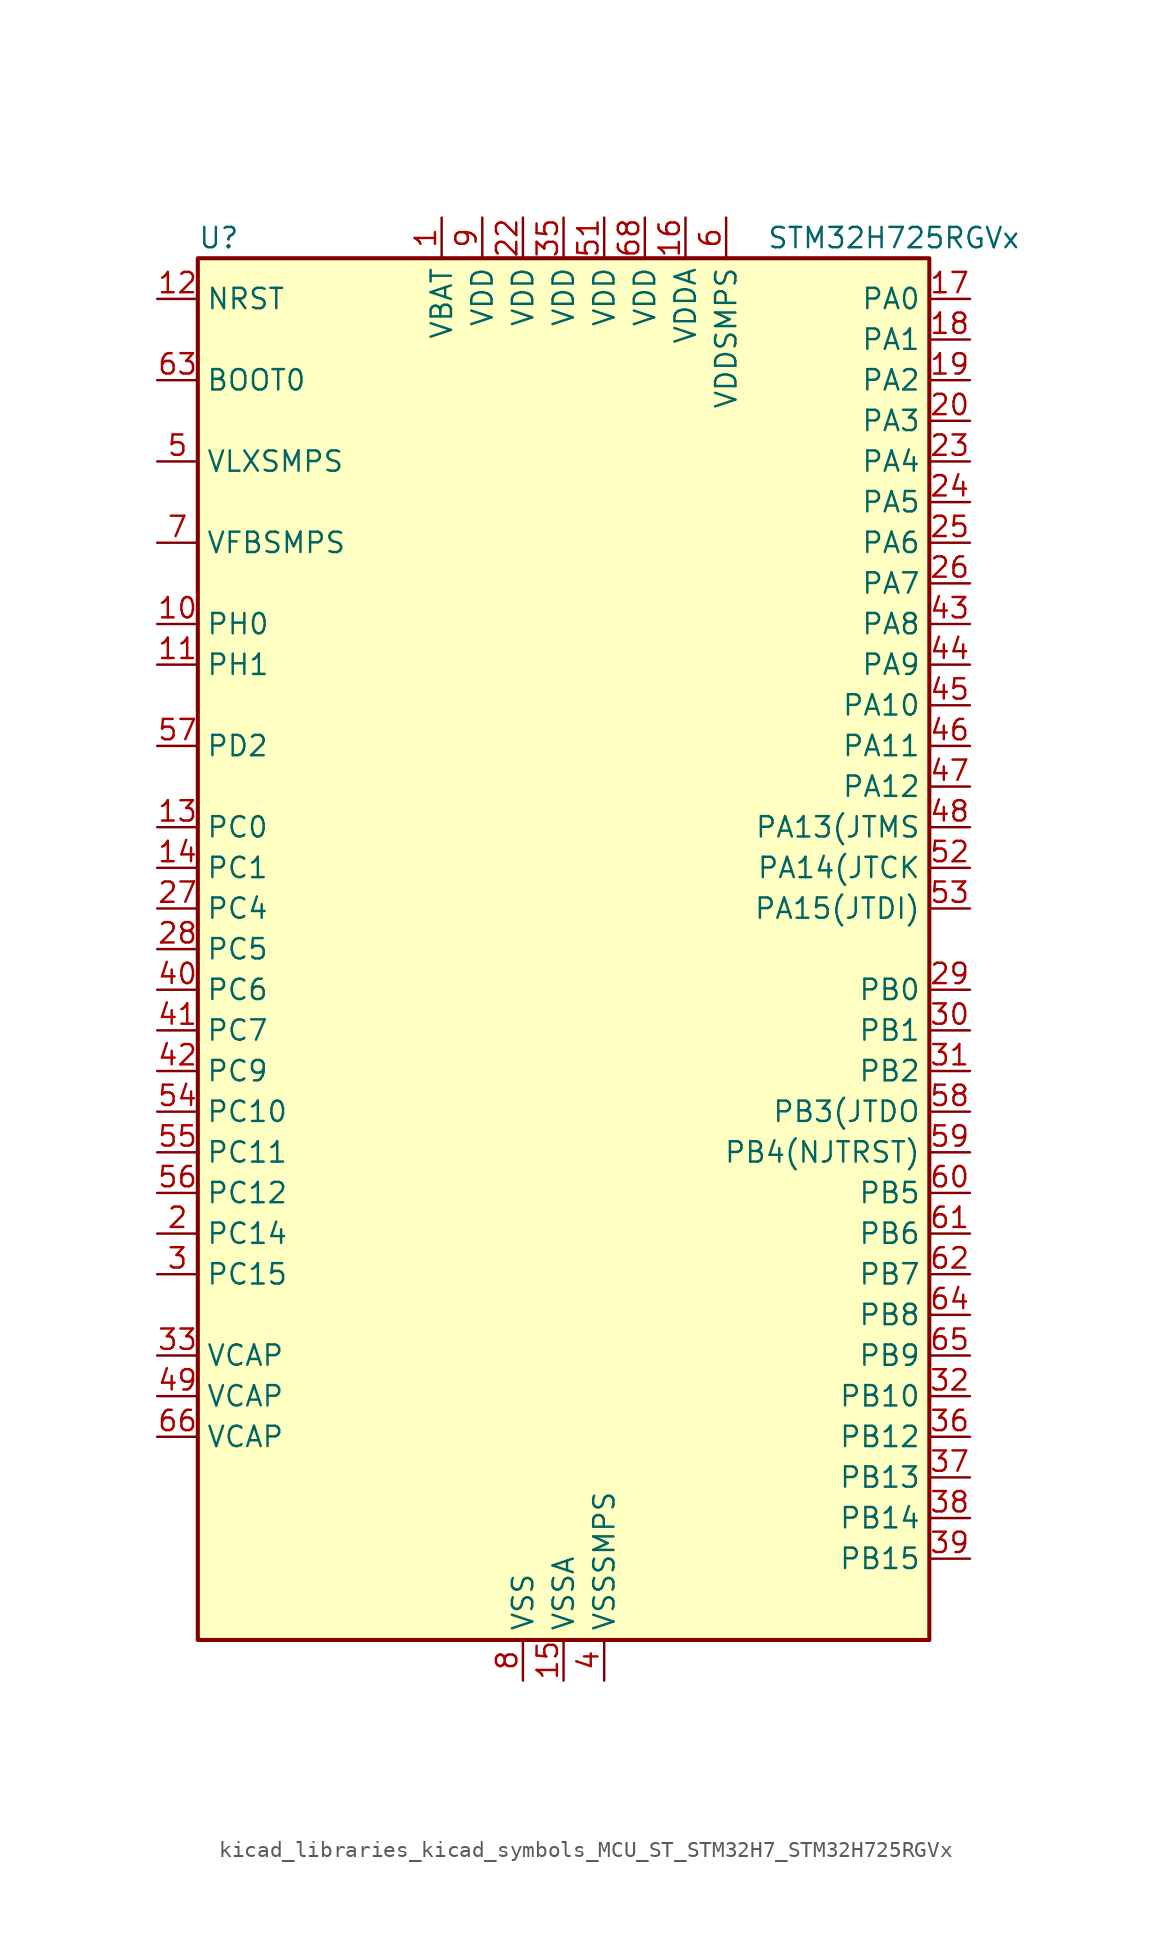
<source format=kicad_sym>
(kicad_symbol_lib
  (version 20220914)
  (generator kicad_symbol_editor)
  (symbol "kicad_libraries_kicad_symbols_MCU_ST_STM32H7_STM32H725RGVx"
    (property "Reference" "U"
      (at -22.86 44.45 0)
      (effects (font (size 1.27 1.27)) (justify left)))
    (property "Value" "STM32H725RGVx"
      (at 12.7 44.45 0)
      (effects (font (size 1.27 1.27)) (justify left)))
    (property "ki_locked" ""
      (at 0 0 0)
      (effects (font (size 1.27 1.27))))
    (symbol "kicad_libraries_kicad_symbols_MCU_ST_STM32H7_STM32H725RGVx_0_1"
      (rectangle (start -22.86 -43.18) (end 22.86 43.18) (stroke (width 0.254) (type default)) (fill (type background))))
    (symbol "kicad_libraries_kicad_symbols_MCU_ST_STM32H7_STM32H725RGVx_1_1"
      (pin power_in line (at -7.62 45.72 270) (length 2.54) (name "VBAT" (effects (font (size 1.27 1.27)))) (number "1" (effects (font (size 1.27 1.27)))))
      (pin bidirectional line (at -25.4 20.32 0) (length 2.54) (name "PH0" (effects (font (size 1.27 1.27)))) (number "10" (effects (font (size 1.27 1.27)))) (alternate "RCC_OSC_IN" bidirectional line))
      (pin bidirectional line (at -25.4 17.78 0) (length 2.54) (name "PH1" (effects (font (size 1.27 1.27)))) (number "11" (effects (font (size 1.27 1.27)))) (alternate "RCC_OSC_OUT" bidirectional line))
      (pin input line (at -25.4 40.64 0) (length 2.54) (name "NRST" (effects (font (size 1.27 1.27)))) (number "12" (effects (font (size 1.27 1.27)))))
      (pin bidirectional line (at -25.4 7.62 0) (length 2.54) (name "PC0" (effects (font (size 1.27 1.27)))) (number "13" (effects (font (size 1.27 1.27)))) (alternate "ADC1_INP10" bidirectional line) (alternate "ADC2_INP10" bidirectional line) (alternate "ADC3_INP10" bidirectional line) (alternate "DFSDM1_CKIN0" bidirectional line) (alternate "DFSDM1_DATIN4" bidirectional line) (alternate "LTDC_G2" bidirectional line) (alternate "LTDC_R5" bidirectional line) (alternate "SAI4_FS_B" bidirectional line) (alternate "USB_OTG_HS_ULPI_STP" bidirectional line))
      (pin bidirectional line (at -25.4 5.08 0) (length 2.54) (name "PC1" (effects (font (size 1.27 1.27)))) (number "14" (effects (font (size 1.27 1.27)))) (alternate "ADC1_INN10" bidirectional line) (alternate "ADC1_INP11" bidirectional line) (alternate "ADC2_INN10" bidirectional line) (alternate "ADC2_INP11" bidirectional line) (alternate "ADC3_INN10" bidirectional line) (alternate "ADC3_INP11" bidirectional line) (alternate "DEBUG_TRACED0" bidirectional line) (alternate "DFSDM1_CKIN4" bidirectional line) (alternate "DFSDM1_DATIN0" bidirectional line) (alternate "I2S2_SDO" bidirectional line) (alternate "LTDC_G5" bidirectional line) (alternate "MDIOS_MDC" bidirectional line) (alternate "OCTOSPIM_P1_IO4" bidirectional line) (alternate "PWR_WKUP6" bidirectional line) (alternate "RTC_TAMP3" bidirectional line) (alternate "SAI4_D1" bidirectional line) (alternate "SAI4_SD_A" bidirectional line) (alternate "SDMMC2_CK" bidirectional line) (alternate "SPI2_MOSI" bidirectional line))
      (pin power_in line (at 0 -45.72 90) (length 2.54) (name "VSSA" (effects (font (size 1.27 1.27)))) (number "15" (effects (font (size 1.27 1.27)))))
      (pin power_in line (at 7.62 45.72 270) (length 2.54) (name "VDDA" (effects (font (size 1.27 1.27)))) (number "16" (effects (font (size 1.27 1.27)))))
      (pin bidirectional line (at 25.4 40.64 180) (length 2.54) (name "PA0" (effects (font (size 1.27 1.27)))) (number "17" (effects (font (size 1.27 1.27)))) (alternate "ADC1_INP16" bidirectional line) (alternate "I2S6_WS" bidirectional line) (alternate "PWR_WKUP1" bidirectional line) (alternate "SAI4_SD_B" bidirectional line) (alternate "SDMMC2_CMD" bidirectional line) (alternate "SPI6_NSS" bidirectional line) (alternate "TIM15_BKIN" bidirectional line) (alternate "TIM2_CH1" bidirectional line) (alternate "TIM2_ETR" bidirectional line) (alternate "TIM5_CH1" bidirectional line) (alternate "TIM8_ETR" bidirectional line) (alternate "UART4_TX" bidirectional line) (alternate "USART2_CTS" bidirectional line) (alternate "USART2_NSS" bidirectional line))
      (pin bidirectional line (at 25.4 38.1 180) (length 2.54) (name "PA1" (effects (font (size 1.27 1.27)))) (number "18" (effects (font (size 1.27 1.27)))) (alternate "ADC1_INN16" bidirectional line) (alternate "ADC1_INP17" bidirectional line) (alternate "LPTIM3_OUT" bidirectional line) (alternate "LTDC_R2" bidirectional line) (alternate "OCTOSPIM_P1_DQS" bidirectional line) (alternate "OCTOSPIM_P1_IO3" bidirectional line) (alternate "SAI4_MCLK_B" bidirectional line) (alternate "TIM15_CH1N" bidirectional line) (alternate "TIM2_CH2" bidirectional line) (alternate "TIM5_CH2" bidirectional line) (alternate "UART4_RX" bidirectional line) (alternate "USART2_DE" bidirectional line) (alternate "USART2_RTS" bidirectional line))
      (pin bidirectional line (at 25.4 35.56 180) (length 2.54) (name "PA2" (effects (font (size 1.27 1.27)))) (number "19" (effects (font (size 1.27 1.27)))) (alternate "ADC1_INP14" bidirectional line) (alternate "ADC2_INP14" bidirectional line) (alternate "LPTIM4_OUT" bidirectional line) (alternate "LTDC_R1" bidirectional line) (alternate "MDIOS_MDIO" bidirectional line) (alternate "OCTOSPIM_P1_IO0" bidirectional line) (alternate "PWR_WKUP2" bidirectional line) (alternate "SAI4_SCK_B" bidirectional line) (alternate "TIM15_CH1" bidirectional line) (alternate "TIM2_CH3" bidirectional line) (alternate "TIM5_CH3" bidirectional line) (alternate "USART2_TX" bidirectional line))
      (pin bidirectional line (at -25.4 -17.78 0) (length 2.54) (name "PC14" (effects (font (size 1.27 1.27)))) (number "2" (effects (font (size 1.27 1.27)))) (alternate "RCC_OSC32_IN" bidirectional line))
      (pin bidirectional line (at 25.4 33.02 180) (length 2.54) (name "PA3" (effects (font (size 1.27 1.27)))) (number "20" (effects (font (size 1.27 1.27)))) (alternate "ADC1_INP15" bidirectional line) (alternate "ADC2_INP15" bidirectional line) (alternate "I2S6_MCK" bidirectional line) (alternate "LPTIM5_OUT" bidirectional line) (alternate "LTDC_B2" bidirectional line) (alternate "LTDC_B5" bidirectional line) (alternate "OCTOSPIM_P1_CLK" bidirectional line) (alternate "OCTOSPIM_P1_IO2" bidirectional line) (alternate "TIM15_CH2" bidirectional line) (alternate "TIM2_CH4" bidirectional line) (alternate "TIM5_CH4" bidirectional line) (alternate "USART2_RX" bidirectional line) (alternate "USB_OTG_HS_ULPI_D0" bidirectional line))
      (pin passive line (at -2.54 -45.72 90) (length 2.54) hide (name "VSS" (effects (font (size 1.27 1.27)))) (number "21" (effects (font (size 1.27 1.27)))))
      (pin power_in line (at -2.54 45.72 270) (length 2.54) (name "VDD" (effects (font (size 1.27 1.27)))) (number "22" (effects (font (size 1.27 1.27)))))
      (pin bidirectional line (at 25.4 30.48 180) (length 2.54) (name "PA4" (effects (font (size 1.27 1.27)))) (number "23" (effects (font (size 1.27 1.27)))) (alternate "ADC1_INP18" bidirectional line) (alternate "ADC2_INP18" bidirectional line) (alternate "DAC1_OUT1" bidirectional line) (alternate "DCMI_HSYNC" bidirectional line) (alternate "I2S1_WS" bidirectional line) (alternate "I2S3_WS" bidirectional line) (alternate "I2S6_WS" bidirectional line) (alternate "LTDC_VSYNC" bidirectional line) (alternate "PSSI_DE" bidirectional line) (alternate "SPI1_NSS" bidirectional line) (alternate "SPI3_NSS" bidirectional line) (alternate "SPI6_NSS" bidirectional line) (alternate "TIM5_ETR" bidirectional line) (alternate "USART2_CK" bidirectional line))
      (pin bidirectional line (at 25.4 27.94 180) (length 2.54) (name "PA5" (effects (font (size 1.27 1.27)))) (number "24" (effects (font (size 1.27 1.27)))) (alternate "ADC1_INN18" bidirectional line) (alternate "ADC1_INP19" bidirectional line) (alternate "ADC2_INN18" bidirectional line) (alternate "ADC2_INP19" bidirectional line) (alternate "DAC1_OUT2" bidirectional line) (alternate "I2S1_CK" bidirectional line) (alternate "I2S6_CK" bidirectional line) (alternate "LTDC_R4" bidirectional line) (alternate "PSSI_D14" bidirectional line) (alternate "PWR_NDSTOP2" bidirectional line) (alternate "SPI1_SCK" bidirectional line) (alternate "SPI6_SCK" bidirectional line) (alternate "TIM2_CH1" bidirectional line) (alternate "TIM2_ETR" bidirectional line) (alternate "TIM8_CH1N" bidirectional line) (alternate "USB_OTG_HS_ULPI_CK" bidirectional line))
      (pin bidirectional line (at 25.4 25.4 180) (length 2.54) (name "PA6" (effects (font (size 1.27 1.27)))) (number "25" (effects (font (size 1.27 1.27)))) (alternate "ADC1_INP3" bidirectional line) (alternate "ADC2_INP3" bidirectional line) (alternate "DCMI_PIXCLK" bidirectional line) (alternate "I2S1_SDI" bidirectional line) (alternate "I2S6_SDI" bidirectional line) (alternate "LTDC_G2" bidirectional line) (alternate "MDIOS_MDC" bidirectional line) (alternate "OCTOSPIM_P1_IO3" bidirectional line) (alternate "PSSI_PDCK" bidirectional line) (alternate "SPI1_MISO" bidirectional line) (alternate "SPI6_MISO" bidirectional line) (alternate "TIM13_CH1" bidirectional line) (alternate "TIM1_BKIN" bidirectional line) (alternate "TIM1_BKIN_COMP1" bidirectional line) (alternate "TIM1_BKIN_COMP2" bidirectional line) (alternate "TIM3_CH1" bidirectional line) (alternate "TIM8_BKIN" bidirectional line) (alternate "TIM8_BKIN_COMP1" bidirectional line) (alternate "TIM8_BKIN_COMP2" bidirectional line))
      (pin bidirectional line (at 25.4 22.86 180) (length 2.54) (name "PA7" (effects (font (size 1.27 1.27)))) (number "26" (effects (font (size 1.27 1.27)))) (alternate "ADC1_INN3" bidirectional line) (alternate "ADC1_INP7" bidirectional line) (alternate "ADC2_INN3" bidirectional line) (alternate "ADC2_INP7" bidirectional line) (alternate "I2S1_SDO" bidirectional line) (alternate "I2S6_SDO" bidirectional line) (alternate "LTDC_VSYNC" bidirectional line) (alternate "OCTOSPIM_P1_IO2" bidirectional line) (alternate "OPAMP1_VINM" bidirectional line) (alternate "SPI1_MOSI" bidirectional line) (alternate "SPI6_MOSI" bidirectional line) (alternate "TIM14_CH1" bidirectional line) (alternate "TIM1_CH1N" bidirectional line) (alternate "TIM3_CH2" bidirectional line) (alternate "TIM8_CH1N" bidirectional line))
      (pin bidirectional line (at -25.4 2.54 0) (length 2.54) (name "PC4" (effects (font (size 1.27 1.27)))) (number "27" (effects (font (size 1.27 1.27)))) (alternate "ADC1_INP4" bidirectional line) (alternate "ADC2_INP4" bidirectional line) (alternate "COMP1_INM" bidirectional line) (alternate "DFSDM1_CKIN2" bidirectional line) (alternate "I2S1_MCK" bidirectional line) (alternate "LTDC_R7" bidirectional line) (alternate "OPAMP1_VOUT" bidirectional line) (alternate "SDMMC2_CKIN" bidirectional line) (alternate "SPDIFRX1_IN2" bidirectional line))
      (pin bidirectional line (at -25.4 0 0) (length 2.54) (name "PC5" (effects (font (size 1.27 1.27)))) (number "28" (effects (font (size 1.27 1.27)))) (alternate "ADC1_INN4" bidirectional line) (alternate "ADC1_INP8" bidirectional line) (alternate "ADC2_INN4" bidirectional line) (alternate "ADC2_INP8" bidirectional line) (alternate "COMP1_OUT" bidirectional line) (alternate "DFSDM1_DATIN2" bidirectional line) (alternate "LTDC_DE" bidirectional line) (alternate "OCTOSPIM_P1_DQS" bidirectional line) (alternate "OPAMP1_VINM" bidirectional line) (alternate "PSSI_D15" bidirectional line) (alternate "SAI4_D3" bidirectional line) (alternate "SPDIFRX1_IN3" bidirectional line))
      (pin bidirectional line (at 25.4 -2.54 180) (length 2.54) (name "PB0" (effects (font (size 1.27 1.27)))) (number "29" (effects (font (size 1.27 1.27)))) (alternate "ADC1_INN5" bidirectional line) (alternate "ADC1_INP9" bidirectional line) (alternate "ADC2_INN5" bidirectional line) (alternate "ADC2_INP9" bidirectional line) (alternate "COMP1_INP" bidirectional line) (alternate "DFSDM1_CKOUT" bidirectional line) (alternate "LTDC_G1" bidirectional line) (alternate "LTDC_R3" bidirectional line) (alternate "OCTOSPIM_P1_IO1" bidirectional line) (alternate "OPAMP1_VINP" bidirectional line) (alternate "TIM1_CH2N" bidirectional line) (alternate "TIM3_CH3" bidirectional line) (alternate "TIM8_CH2N" bidirectional line) (alternate "UART4_CTS" bidirectional line) (alternate "USB_OTG_HS_ULPI_D1" bidirectional line))
      (pin bidirectional line (at -25.4 -20.32 0) (length 2.54) (name "PC15" (effects (font (size 1.27 1.27)))) (number "3" (effects (font (size 1.27 1.27)))) (alternate "ADC1_EXTI15" bidirectional line) (alternate "ADC2_EXTI15" bidirectional line) (alternate "ADC3_EXTI15" bidirectional line) (alternate "RCC_OSC32_OUT" bidirectional line))
      (pin bidirectional line (at 25.4 -5.08 180) (length 2.54) (name "PB1" (effects (font (size 1.27 1.27)))) (number "30" (effects (font (size 1.27 1.27)))) (alternate "ADC1_INP5" bidirectional line) (alternate "ADC2_INP5" bidirectional line) (alternate "COMP1_INM" bidirectional line) (alternate "DFSDM1_DATIN1" bidirectional line) (alternate "LTDC_G0" bidirectional line) (alternate "LTDC_R6" bidirectional line) (alternate "OCTOSPIM_P1_IO0" bidirectional line) (alternate "TIM1_CH3N" bidirectional line) (alternate "TIM3_CH4" bidirectional line) (alternate "TIM8_CH3N" bidirectional line) (alternate "USB_OTG_HS_ULPI_D2" bidirectional line))
      (pin bidirectional line (at 25.4 -7.62 180) (length 2.54) (name "PB2" (effects (font (size 1.27 1.27)))) (number "31" (effects (font (size 1.27 1.27)))) (alternate "COMP1_INP" bidirectional line) (alternate "DFSDM1_CKIN1" bidirectional line) (alternate "I2S3_SDO" bidirectional line) (alternate "OCTOSPIM_P1_CLK" bidirectional line) (alternate "OCTOSPIM_P1_DQS" bidirectional line) (alternate "RTC_OUT_ALARM" bidirectional line) (alternate "RTC_OUT_CALIB" bidirectional line) (alternate "SAI4_D1" bidirectional line) (alternate "SAI4_SD_A" bidirectional line) (alternate "SPI3_MOSI" bidirectional line) (alternate "TIM23_ETR" bidirectional line))
      (pin bidirectional line (at 25.4 -27.94 180) (length 2.54) (name "PB10" (effects (font (size 1.27 1.27)))) (number "32" (effects (font (size 1.27 1.27)))) (alternate "DFSDM1_DATIN7" bidirectional line) (alternate "I2C2_SCL" bidirectional line) (alternate "I2S2_CK" bidirectional line) (alternate "LPTIM2_IN1" bidirectional line) (alternate "LTDC_G4" bidirectional line) (alternate "OCTOSPIM_P1_NCS" bidirectional line) (alternate "SPI2_SCK" bidirectional line) (alternate "TIM2_CH3" bidirectional line) (alternate "USART3_TX" bidirectional line) (alternate "USB_OTG_HS_ULPI_D3" bidirectional line))
      (pin power_out line (at -25.4 -25.4 0) (length 2.54) (name "VCAP" (effects (font (size 1.27 1.27)))) (number "33" (effects (font (size 1.27 1.27)))))
      (pin passive line (at -2.54 -45.72 90) (length 2.54) hide (name "VSS" (effects (font (size 1.27 1.27)))) (number "34" (effects (font (size 1.27 1.27)))))
      (pin power_in line (at 0 45.72 270) (length 2.54) (name "VDD" (effects (font (size 1.27 1.27)))) (number "35" (effects (font (size 1.27 1.27)))))
      (pin bidirectional line (at 25.4 -30.48 180) (length 2.54) (name "PB12" (effects (font (size 1.27 1.27)))) (number "36" (effects (font (size 1.27 1.27)))) (alternate "DFSDM1_DATIN1" bidirectional line) (alternate "FDCAN2_RX" bidirectional line) (alternate "I2C2_SMBA" bidirectional line) (alternate "I2S2_WS" bidirectional line) (alternate "OCTOSPIM_P1_IO0" bidirectional line) (alternate "OCTOSPIM_P1_NCLK" bidirectional line) (alternate "SPI2_NSS" bidirectional line) (alternate "TIM1_BKIN" bidirectional line) (alternate "TIM1_BKIN_COMP1" bidirectional line) (alternate "TIM1_BKIN_COMP2" bidirectional line) (alternate "UART5_RX" bidirectional line) (alternate "USART3_CK" bidirectional line) (alternate "USB_OTG_HS_ULPI_D5" bidirectional line))
      (pin bidirectional line (at 25.4 -33.02 180) (length 2.54) (name "PB13" (effects (font (size 1.27 1.27)))) (number "37" (effects (font (size 1.27 1.27)))) (alternate "DCMI_D2" bidirectional line) (alternate "DFSDM1_CKIN1" bidirectional line) (alternate "FDCAN2_TX" bidirectional line) (alternate "I2S2_CK" bidirectional line) (alternate "LPTIM2_OUT" bidirectional line) (alternate "OCTOSPIM_P1_IO2" bidirectional line) (alternate "PSSI_D2" bidirectional line) (alternate "SDMMC1_D0" bidirectional line) (alternate "SPI2_SCK" bidirectional line) (alternate "TIM1_CH1N" bidirectional line) (alternate "UART5_TX" bidirectional line) (alternate "USART3_CTS" bidirectional line) (alternate "USART3_NSS" bidirectional line) (alternate "USB_OTG_HS_ULPI_D6" bidirectional line))
      (pin bidirectional line (at 25.4 -35.56 180) (length 2.54) (name "PB14" (effects (font (size 1.27 1.27)))) (number "38" (effects (font (size 1.27 1.27)))) (alternate "DFSDM1_DATIN2" bidirectional line) (alternate "I2S2_SDI" bidirectional line) (alternate "LTDC_CLK" bidirectional line) (alternate "SDMMC2_D0" bidirectional line) (alternate "SPI2_MISO" bidirectional line) (alternate "TIM12_CH1" bidirectional line) (alternate "TIM1_CH2N" bidirectional line) (alternate "TIM8_CH2N" bidirectional line) (alternate "UART4_DE" bidirectional line) (alternate "UART4_RTS" bidirectional line) (alternate "USART1_TX" bidirectional line) (alternate "USART3_DE" bidirectional line) (alternate "USART3_RTS" bidirectional line))
      (pin bidirectional line (at 25.4 -38.1 180) (length 2.54) (name "PB15" (effects (font (size 1.27 1.27)))) (number "39" (effects (font (size 1.27 1.27)))) (alternate "ADC1_EXTI15" bidirectional line) (alternate "ADC2_EXTI15" bidirectional line) (alternate "ADC3_EXTI15" bidirectional line) (alternate "DFSDM1_CKIN2" bidirectional line) (alternate "I2S2_SDO" bidirectional line) (alternate "LTDC_G7" bidirectional line) (alternate "RTC_REFIN" bidirectional line) (alternate "SDMMC2_D1" bidirectional line) (alternate "SPI2_MOSI" bidirectional line) (alternate "TIM12_CH2" bidirectional line) (alternate "TIM1_CH3N" bidirectional line) (alternate "TIM8_CH3N" bidirectional line) (alternate "UART4_CTS" bidirectional line) (alternate "USART1_RX" bidirectional line))
      (pin power_in line (at 2.54 -45.72 90) (length 2.54) (name "VSSSMPS" (effects (font (size 1.27 1.27)))) (number "4" (effects (font (size 1.27 1.27)))))
      (pin bidirectional line (at -25.4 -2.54 0) (length 2.54) (name "PC6" (effects (font (size 1.27 1.27)))) (number "40" (effects (font (size 1.27 1.27)))) (alternate "DCMI_D0" bidirectional line) (alternate "DFSDM1_CKIN3" bidirectional line) (alternate "I2S2_MCK" bidirectional line) (alternate "LTDC_HSYNC" bidirectional line) (alternate "PSSI_D0" bidirectional line) (alternate "SDMMC1_D0DIR" bidirectional line) (alternate "SDMMC1_D6" bidirectional line) (alternate "SDMMC2_D6" bidirectional line) (alternate "SWPMI1_IO" bidirectional line) (alternate "TIM3_CH1" bidirectional line) (alternate "TIM8_CH1" bidirectional line))
      (pin bidirectional line (at -25.4 -5.08 0) (length 2.54) (name "PC7" (effects (font (size 1.27 1.27)))) (number "41" (effects (font (size 1.27 1.27)))) (alternate "DCMI_D1" bidirectional line) (alternate "DEBUG_TRGIO" bidirectional line) (alternate "DFSDM1_DATIN3" bidirectional line) (alternate "I2S3_MCK" bidirectional line) (alternate "LTDC_G6" bidirectional line) (alternate "PSSI_D1" bidirectional line) (alternate "SDMMC1_D123DIR" bidirectional line) (alternate "SDMMC1_D7" bidirectional line) (alternate "SDMMC2_D7" bidirectional line) (alternate "SWPMI1_TX" bidirectional line) (alternate "TIM3_CH2" bidirectional line) (alternate "TIM8_CH2" bidirectional line))
      (pin bidirectional line (at -25.4 -7.62 0) (length 2.54) (name "PC9" (effects (font (size 1.27 1.27)))) (number "42" (effects (font (size 1.27 1.27)))) (alternate "DAC1_EXTI9" bidirectional line) (alternate "DCMI_D3" bidirectional line) (alternate "I2C3_SDA" bidirectional line) (alternate "I2S_CKIN" bidirectional line) (alternate "LTDC_B2" bidirectional line) (alternate "LTDC_G3" bidirectional line) (alternate "OCTOSPIM_P1_IO0" bidirectional line) (alternate "PSSI_D3" bidirectional line) (alternate "RCC_MCO_2" bidirectional line) (alternate "SDMMC1_D1" bidirectional line) (alternate "SWPMI1_SUSPEND" bidirectional line) (alternate "TIM3_CH4" bidirectional line) (alternate "TIM8_CH4" bidirectional line) (alternate "UART5_CTS" bidirectional line))
      (pin bidirectional line (at 25.4 20.32 180) (length 2.54) (name "PA8" (effects (font (size 1.27 1.27)))) (number "43" (effects (font (size 1.27 1.27)))) (alternate "I2C3_SCL" bidirectional line) (alternate "LTDC_B3" bidirectional line) (alternate "LTDC_R6" bidirectional line) (alternate "RCC_MCO_1" bidirectional line) (alternate "TIM1_CH1" bidirectional line) (alternate "TIM8_BKIN2" bidirectional line) (alternate "TIM8_BKIN2_COMP1" bidirectional line) (alternate "TIM8_BKIN2_COMP2" bidirectional line) (alternate "UART7_RX" bidirectional line) (alternate "USART1_CK" bidirectional line) (alternate "USB_OTG_HS_SOF" bidirectional line))
      (pin bidirectional line (at 25.4 17.78 180) (length 2.54) (name "PA9" (effects (font (size 1.27 1.27)))) (number "44" (effects (font (size 1.27 1.27)))) (alternate "DAC1_EXTI9" bidirectional line) (alternate "DCMI_D0" bidirectional line) (alternate "I2C3_SMBA" bidirectional line) (alternate "I2S2_CK" bidirectional line) (alternate "LPUART1_TX" bidirectional line) (alternate "LTDC_R5" bidirectional line) (alternate "PSSI_D0" bidirectional line) (alternate "SPI2_SCK" bidirectional line) (alternate "TIM1_CH2" bidirectional line) (alternate "USART1_TX" bidirectional line) (alternate "USB_OTG_HS_VBUS" bidirectional line))
      (pin bidirectional line (at 25.4 15.24 180) (length 2.54) (name "PA10" (effects (font (size 1.27 1.27)))) (number "45" (effects (font (size 1.27 1.27)))) (alternate "DCMI_D1" bidirectional line) (alternate "LPUART1_RX" bidirectional line) (alternate "LTDC_B1" bidirectional line) (alternate "LTDC_B4" bidirectional line) (alternate "MDIOS_MDIO" bidirectional line) (alternate "PSSI_D1" bidirectional line) (alternate "TIM1_CH3" bidirectional line) (alternate "USART1_RX" bidirectional line) (alternate "USB_OTG_HS_ID" bidirectional line))
      (pin bidirectional line (at 25.4 12.7 180) (length 2.54) (name "PA11" (effects (font (size 1.27 1.27)))) (number "46" (effects (font (size 1.27 1.27)))) (alternate "ADC1_EXTI11" bidirectional line) (alternate "ADC2_EXTI11" bidirectional line) (alternate "ADC3_EXTI11" bidirectional line) (alternate "FDCAN1_RX" bidirectional line) (alternate "I2S2_WS" bidirectional line) (alternate "LPUART1_CTS" bidirectional line) (alternate "LTDC_R4" bidirectional line) (alternate "SPI2_NSS" bidirectional line) (alternate "TIM1_CH4" bidirectional line) (alternate "UART4_RX" bidirectional line) (alternate "USART1_CTS" bidirectional line) (alternate "USART1_NSS" bidirectional line) (alternate "USB_OTG_HS_DM" bidirectional line))
      (pin bidirectional line (at 25.4 10.16 180) (length 2.54) (name "PA12" (effects (font (size 1.27 1.27)))) (number "47" (effects (font (size 1.27 1.27)))) (alternate "FDCAN1_TX" bidirectional line) (alternate "I2S2_CK" bidirectional line) (alternate "LPUART1_DE" bidirectional line) (alternate "LPUART1_RTS" bidirectional line) (alternate "LTDC_R5" bidirectional line) (alternate "SAI4_FS_B" bidirectional line) (alternate "SPI2_SCK" bidirectional line) (alternate "TIM1_BKIN2" bidirectional line) (alternate "TIM1_ETR" bidirectional line) (alternate "UART4_TX" bidirectional line) (alternate "USART1_DE" bidirectional line) (alternate "USART1_RTS" bidirectional line) (alternate "USB_OTG_HS_DP" bidirectional line))
      (pin bidirectional line (at 25.4 7.62 180) (length 2.54) (name "PA13(JTMS" (effects (font (size 1.27 1.27)))) (number "48" (effects (font (size 1.27 1.27)))) (alternate "DEBUG_JTMS-SWDIO" bidirectional line))
      (pin power_out line (at -25.4 -27.94 0) (length 2.54) (name "VCAP" (effects (font (size 1.27 1.27)))) (number "49" (effects (font (size 1.27 1.27)))))
      (pin power_in line (at -25.4 30.48 0) (length 2.54) (name "VLXSMPS" (effects (font (size 1.27 1.27)))) (number "5" (effects (font (size 1.27 1.27)))))
      (pin passive line (at -2.54 -45.72 90) (length 2.54) hide (name "VSS" (effects (font (size 1.27 1.27)))) (number "50" (effects (font (size 1.27 1.27)))))
      (pin power_in line (at 2.54 45.72 270) (length 2.54) (name "VDD" (effects (font (size 1.27 1.27)))) (number "51" (effects (font (size 1.27 1.27)))))
      (pin bidirectional line (at 25.4 5.08 180) (length 2.54) (name "PA14(JTCK" (effects (font (size 1.27 1.27)))) (number "52" (effects (font (size 1.27 1.27)))) (alternate "DEBUG_JTCK-SWCLK" bidirectional line))
      (pin bidirectional line (at 25.4 2.54 180) (length 2.54) (name "PA15(JTDI)" (effects (font (size 1.27 1.27)))) (number "53" (effects (font (size 1.27 1.27)))) (alternate "ADC1_EXTI15" bidirectional line) (alternate "ADC2_EXTI15" bidirectional line) (alternate "ADC3_EXTI15" bidirectional line) (alternate "CEC" bidirectional line) (alternate "DEBUG_JTDI" bidirectional line) (alternate "I2S1_WS" bidirectional line) (alternate "I2S3_WS" bidirectional line) (alternate "I2S6_WS" bidirectional line) (alternate "LTDC_B6" bidirectional line) (alternate "LTDC_R3" bidirectional line) (alternate "SPI1_NSS" bidirectional line) (alternate "SPI3_NSS" bidirectional line) (alternate "SPI6_NSS" bidirectional line) (alternate "TIM2_CH1" bidirectional line) (alternate "TIM2_ETR" bidirectional line) (alternate "UART4_DE" bidirectional line) (alternate "UART4_RTS" bidirectional line) (alternate "UART7_TX" bidirectional line))
      (pin bidirectional line (at -25.4 -10.16 0) (length 2.54) (name "PC10" (effects (font (size 1.27 1.27)))) (number "54" (effects (font (size 1.27 1.27)))) (alternate "DCMI_D8" bidirectional line) (alternate "DFSDM1_CKIN5" bidirectional line) (alternate "I2S3_CK" bidirectional line) (alternate "LTDC_B1" bidirectional line) (alternate "LTDC_R2" bidirectional line) (alternate "OCTOSPIM_P1_IO1" bidirectional line) (alternate "PSSI_D8" bidirectional line) (alternate "SDMMC1_D2" bidirectional line) (alternate "SPI3_SCK" bidirectional line) (alternate "SWPMI1_RX" bidirectional line) (alternate "UART4_TX" bidirectional line) (alternate "USART3_TX" bidirectional line))
      (pin bidirectional line (at -25.4 -12.7 0) (length 2.54) (name "PC11" (effects (font (size 1.27 1.27)))) (number "55" (effects (font (size 1.27 1.27)))) (alternate "ADC1_EXTI11" bidirectional line) (alternate "ADC2_EXTI11" bidirectional line) (alternate "ADC3_EXTI11" bidirectional line) (alternate "DCMI_D4" bidirectional line) (alternate "DFSDM1_DATIN5" bidirectional line) (alternate "I2S3_SDI" bidirectional line) (alternate "LTDC_B4" bidirectional line) (alternate "OCTOSPIM_P1_NCS" bidirectional line) (alternate "PSSI_D4" bidirectional line) (alternate "SDMMC1_D3" bidirectional line) (alternate "SPI3_MISO" bidirectional line) (alternate "UART4_RX" bidirectional line) (alternate "USART3_RX" bidirectional line))
      (pin bidirectional line (at -25.4 -15.24 0) (length 2.54) (name "PC12" (effects (font (size 1.27 1.27)))) (number "56" (effects (font (size 1.27 1.27)))) (alternate "DCMI_D9" bidirectional line) (alternate "DEBUG_TRACED3" bidirectional line) (alternate "I2S3_SDO" bidirectional line) (alternate "I2S6_CK" bidirectional line) (alternate "LTDC_R6" bidirectional line) (alternate "PSSI_D9" bidirectional line) (alternate "SDMMC1_CK" bidirectional line) (alternate "SPI3_MOSI" bidirectional line) (alternate "SPI6_SCK" bidirectional line) (alternate "TIM15_CH1" bidirectional line) (alternate "UART5_TX" bidirectional line) (alternate "USART3_CK" bidirectional line))
      (pin bidirectional line (at -25.4 12.7 0) (length 2.54) (name "PD2" (effects (font (size 1.27 1.27)))) (number "57" (effects (font (size 1.27 1.27)))) (alternate "DCMI_D11" bidirectional line) (alternate "DEBUG_TRACED2" bidirectional line) (alternate "LTDC_B2" bidirectional line) (alternate "LTDC_B7" bidirectional line) (alternate "PSSI_D11" bidirectional line) (alternate "SDMMC1_CMD" bidirectional line) (alternate "TIM15_BKIN" bidirectional line) (alternate "TIM3_ETR" bidirectional line) (alternate "UART5_RX" bidirectional line))
      (pin bidirectional line (at 25.4 -10.16 180) (length 2.54) (name "PB3(JTDO" (effects (font (size 1.27 1.27)))) (number "58" (effects (font (size 1.27 1.27)))) (alternate "CRS_SYNC" bidirectional line) (alternate "DEBUG_JTDO-SWO" bidirectional line) (alternate "I2S1_CK" bidirectional line) (alternate "I2S3_CK" bidirectional line) (alternate "I2S6_CK" bidirectional line) (alternate "SDMMC2_D2" bidirectional line) (alternate "SPI1_SCK" bidirectional line) (alternate "SPI3_SCK" bidirectional line) (alternate "SPI6_SCK" bidirectional line) (alternate "TIM24_ETR" bidirectional line) (alternate "TIM2_CH2" bidirectional line) (alternate "UART7_RX" bidirectional line))
      (pin bidirectional line (at 25.4 -12.7 180) (length 2.54) (name "PB4(NJTRST)" (effects (font (size 1.27 1.27)))) (number "59" (effects (font (size 1.27 1.27)))) (alternate "DEBUG_JTRST" bidirectional line) (alternate "I2S1_SDI" bidirectional line) (alternate "I2S2_WS" bidirectional line) (alternate "I2S3_SDI" bidirectional line) (alternate "I2S6_SDI" bidirectional line) (alternate "SDMMC2_D3" bidirectional line) (alternate "SPI1_MISO" bidirectional line) (alternate "SPI2_NSS" bidirectional line) (alternate "SPI3_MISO" bidirectional line) (alternate "SPI6_MISO" bidirectional line) (alternate "TIM16_BKIN" bidirectional line) (alternate "TIM3_CH1" bidirectional line) (alternate "UART7_TX" bidirectional line))
      (pin power_in line (at 10.16 45.72 270) (length 2.54) (name "VDDSMPS" (effects (font (size 1.27 1.27)))) (number "6" (effects (font (size 1.27 1.27)))))
      (pin bidirectional line (at 25.4 -15.24 180) (length 2.54) (name "PB5" (effects (font (size 1.27 1.27)))) (number "60" (effects (font (size 1.27 1.27)))) (alternate "DCMI_D10" bidirectional line) (alternate "FDCAN2_RX" bidirectional line) (alternate "I2C1_SMBA" bidirectional line) (alternate "I2C4_SMBA" bidirectional line) (alternate "I2S1_SDO" bidirectional line) (alternate "I2S3_SDO" bidirectional line) (alternate "I2S6_SDO" bidirectional line) (alternate "LTDC_B5" bidirectional line) (alternate "PSSI_D10" bidirectional line) (alternate "SPI1_MOSI" bidirectional line) (alternate "SPI3_MOSI" bidirectional line) (alternate "SPI6_MOSI" bidirectional line) (alternate "TIM17_BKIN" bidirectional line) (alternate "TIM3_CH2" bidirectional line) (alternate "UART5_RX" bidirectional line) (alternate "USB_OTG_HS_ULPI_D7" bidirectional line))
      (pin bidirectional line (at 25.4 -17.78 180) (length 2.54) (name "PB6" (effects (font (size 1.27 1.27)))) (number "61" (effects (font (size 1.27 1.27)))) (alternate "CEC" bidirectional line) (alternate "DCMI_D5" bidirectional line) (alternate "DFSDM1_DATIN5" bidirectional line) (alternate "FDCAN2_TX" bidirectional line) (alternate "I2C1_SCL" bidirectional line) (alternate "I2C4_SCL" bidirectional line) (alternate "LPUART1_TX" bidirectional line) (alternate "OCTOSPIM_P1_NCS" bidirectional line) (alternate "PSSI_D5" bidirectional line) (alternate "TIM16_CH1N" bidirectional line) (alternate "TIM4_CH1" bidirectional line) (alternate "UART5_TX" bidirectional line) (alternate "USART1_TX" bidirectional line))
      (pin bidirectional line (at 25.4 -20.32 180) (length 2.54) (name "PB7" (effects (font (size 1.27 1.27)))) (number "62" (effects (font (size 1.27 1.27)))) (alternate "DCMI_VSYNC" bidirectional line) (alternate "DFSDM1_CKIN5" bidirectional line) (alternate "I2C1_SDA" bidirectional line) (alternate "I2C4_SDA" bidirectional line) (alternate "LPUART1_RX" bidirectional line) (alternate "PSSI_RDY" bidirectional line) (alternate "PWR_PVD_IN" bidirectional line) (alternate "TIM17_CH1N" bidirectional line) (alternate "TIM4_CH2" bidirectional line) (alternate "USART1_RX" bidirectional line))
      (pin input line (at -25.4 35.56 0) (length 2.54) (name "BOOT0" (effects (font (size 1.27 1.27)))) (number "63" (effects (font (size 1.27 1.27)))))
      (pin bidirectional line (at 25.4 -22.86 180) (length 2.54) (name "PB8" (effects (font (size 1.27 1.27)))) (number "64" (effects (font (size 1.27 1.27)))) (alternate "DCMI_D6" bidirectional line) (alternate "DFSDM1_CKIN7" bidirectional line) (alternate "FDCAN1_RX" bidirectional line) (alternate "I2C1_SCL" bidirectional line) (alternate "I2C4_SCL" bidirectional line) (alternate "LTDC_B6" bidirectional line) (alternate "PSSI_D6" bidirectional line) (alternate "SDMMC1_CKIN" bidirectional line) (alternate "SDMMC1_D4" bidirectional line) (alternate "SDMMC2_D4" bidirectional line) (alternate "TIM16_CH1" bidirectional line) (alternate "TIM4_CH3" bidirectional line) (alternate "UART4_RX" bidirectional line))
      (pin bidirectional line (at 25.4 -25.4 180) (length 2.54) (name "PB9" (effects (font (size 1.27 1.27)))) (number "65" (effects (font (size 1.27 1.27)))) (alternate "DAC1_EXTI9" bidirectional line) (alternate "DCMI_D7" bidirectional line) (alternate "DFSDM1_DATIN7" bidirectional line) (alternate "FDCAN1_TX" bidirectional line) (alternate "I2C1_SDA" bidirectional line) (alternate "I2C4_SDA" bidirectional line) (alternate "I2C4_SMBA" bidirectional line) (alternate "I2S2_WS" bidirectional line) (alternate "LTDC_B7" bidirectional line) (alternate "PSSI_D7" bidirectional line) (alternate "SDMMC1_CDIR" bidirectional line) (alternate "SDMMC1_D5" bidirectional line) (alternate "SDMMC2_D5" bidirectional line) (alternate "SPI2_NSS" bidirectional line) (alternate "TIM17_CH1" bidirectional line) (alternate "TIM4_CH4" bidirectional line) (alternate "UART4_TX" bidirectional line))
      (pin power_out line (at -25.4 -30.48 0) (length 2.54) (name "VCAP" (effects (font (size 1.27 1.27)))) (number "66" (effects (font (size 1.27 1.27)))))
      (pin passive line (at -2.54 -45.72 90) (length 2.54) hide (name "VSS" (effects (font (size 1.27 1.27)))) (number "67" (effects (font (size 1.27 1.27)))))
      (pin power_in line (at 5.08 45.72 270) (length 2.54) (name "VDD" (effects (font (size 1.27 1.27)))) (number "68" (effects (font (size 1.27 1.27)))))
      (pin passive line (at -2.54 -45.72 90) (length 2.54) hide (name "VSS" (effects (font (size 1.27 1.27)))) (number "69" (effects (font (size 1.27 1.27)))))
      (pin input line (at -25.4 25.4 0) (length 2.54) (name "VFBSMPS" (effects (font (size 1.27 1.27)))) (number "7" (effects (font (size 1.27 1.27)))))
      (pin power_in line (at -2.54 -45.72 90) (length 2.54) (name "VSS" (effects (font (size 1.27 1.27)))) (number "8" (effects (font (size 1.27 1.27)))))
      (pin power_in line (at -5.08 45.72 270) (length 2.54) (name "VDD" (effects (font (size 1.27 1.27)))) (number "9" (effects (font (size 1.27 1.27))))))))
</source>
